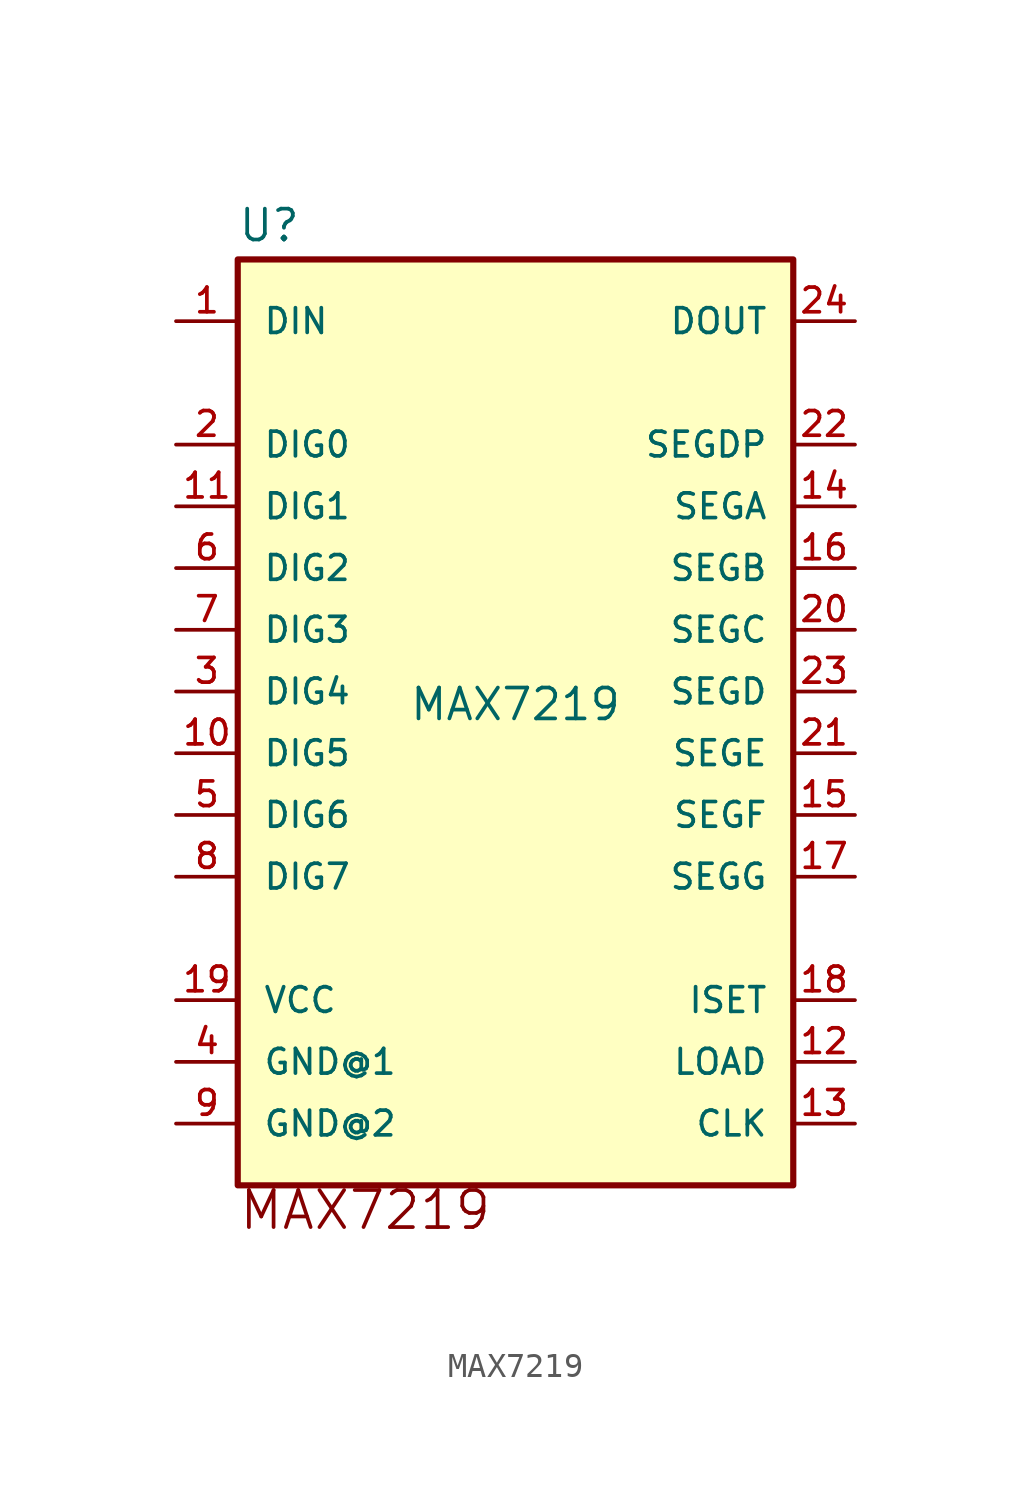
<source format=kicad_sym>
(kicad_symbol_lib
  (version 20211014)
  (generator kicad_symbol_editor)
  (symbol "MAX7219"
    (pin_names
      (offset 1.016))
    (property "Reference" "U"
      (at -11.443 19.707 0)
      (effects (font (size 1.27 1.27)) (justify bottom left)))
    (property "Value" "MAX7219"
      (at 0 0.0 0)
      (effects (font (size 1.27 1.27)) (justify bottom)))
    (symbol "MAX7219_0_0"
      (text "MAX7219" (at -11.434 -20.962 0) (effects (font (size 1.524 1.524)) (justify bottom left)))
      (rectangle (start -11.43 -19.05) (end 11.43 19.05) (stroke (width 0.254)) (fill (type background)))
      (pin bidirectional line (at -13.97 16.51 0) (length 2.54) (name "DIN" (effects (font (size 1.016 1.016)))) (number "1" (effects (font (size 1.016 1.016)))))
      (pin bidirectional line (at -13.97 11.43 0) (length 2.54) (name "DIG0" (effects (font (size 1.016 1.016)))) (number "2" (effects (font (size 1.016 1.016)))))
      (pin bidirectional line (at -13.97 1.27 0) (length 2.54) (name "DIG4" (effects (font (size 1.016 1.016)))) (number "3" (effects (font (size 1.016 1.016)))))
      (pin bidirectional line (at -13.97 -13.97 0) (length 2.54) (name "GND@1" (effects (font (size 1.016 1.016)))) (number "4" (effects (font (size 1.016 1.016)))))
      (pin bidirectional line (at -13.97 -3.81 0) (length 2.54) (name "DIG6" (effects (font (size 1.016 1.016)))) (number "5" (effects (font (size 1.016 1.016)))))
      (pin bidirectional line (at -13.97 6.35 0) (length 2.54) (name "DIG2" (effects (font (size 1.016 1.016)))) (number "6" (effects (font (size 1.016 1.016)))))
      (pin bidirectional line (at -13.97 3.81 0) (length 2.54) (name "DIG3" (effects (font (size 1.016 1.016)))) (number "7" (effects (font (size 1.016 1.016)))))
      (pin bidirectional line (at -13.97 -6.35 0) (length 2.54) (name "DIG7" (effects (font (size 1.016 1.016)))) (number "8" (effects (font (size 1.016 1.016)))))
      (pin bidirectional line (at -13.97 -16.51 0) (length 2.54) (name "GND@2" (effects (font (size 1.016 1.016)))) (number "9" (effects (font (size 1.016 1.016)))))
      (pin bidirectional line (at -13.97 -1.27 0) (length 2.54) (name "DIG5" (effects (font (size 1.016 1.016)))) (number "10" (effects (font (size 1.016 1.016)))))
      (pin bidirectional line (at -13.97 8.89 0) (length 2.54) (name "DIG1" (effects (font (size 1.016 1.016)))) (number "11" (effects (font (size 1.016 1.016)))))
      (pin bidirectional line (at 13.97 -13.97 180.0) (length 2.54) (name "LOAD" (effects (font (size 1.016 1.016)))) (number "12" (effects (font (size 1.016 1.016)))))
      (pin bidirectional line (at 13.97 -16.51 180.0) (length 2.54) (name "CLK" (effects (font (size 1.016 1.016)))) (number "13" (effects (font (size 1.016 1.016)))))
      (pin bidirectional line (at 13.97 8.89 180.0) (length 2.54) (name "SEGA" (effects (font (size 1.016 1.016)))) (number "14" (effects (font (size 1.016 1.016)))))
      (pin bidirectional line (at 13.97 -3.81 180.0) (length 2.54) (name "SEGF" (effects (font (size 1.016 1.016)))) (number "15" (effects (font (size 1.016 1.016)))))
      (pin bidirectional line (at 13.97 6.35 180.0) (length 2.54) (name "SEGB" (effects (font (size 1.016 1.016)))) (number "16" (effects (font (size 1.016 1.016)))))
      (pin bidirectional line (at 13.97 -6.35 180.0) (length 2.54) (name "SEGG" (effects (font (size 1.016 1.016)))) (number "17" (effects (font (size 1.016 1.016)))))
      (pin bidirectional line (at 13.97 -11.43 180.0) (length 2.54) (name "ISET" (effects (font (size 1.016 1.016)))) (number "18" (effects (font (size 1.016 1.016)))))
      (pin bidirectional line (at -13.97 -11.43 0) (length 2.54) (name "VCC" (effects (font (size 1.016 1.016)))) (number "19" (effects (font (size 1.016 1.016)))))
      (pin bidirectional line (at 13.97 3.81 180.0) (length 2.54) (name "SEGC" (effects (font (size 1.016 1.016)))) (number "20" (effects (font (size 1.016 1.016)))))
      (pin bidirectional line (at 13.97 -1.27 180.0) (length 2.54) (name "SEGE" (effects (font (size 1.016 1.016)))) (number "21" (effects (font (size 1.016 1.016)))))
      (pin bidirectional line (at 13.97 11.43 180.0) (length 2.54) (name "SEGDP" (effects (font (size 1.016 1.016)))) (number "22" (effects (font (size 1.016 1.016)))))
      (pin bidirectional line (at 13.97 1.27 180.0) (length 2.54) (name "SEGD" (effects (font (size 1.016 1.016)))) (number "23" (effects (font (size 1.016 1.016)))))
      (pin bidirectional line (at 13.97 16.51 180.0) (length 2.54) (name "DOUT" (effects (font (size 1.016 1.016)))) (number "24" (effects (font (size 1.016 1.016))))))))
</source>
